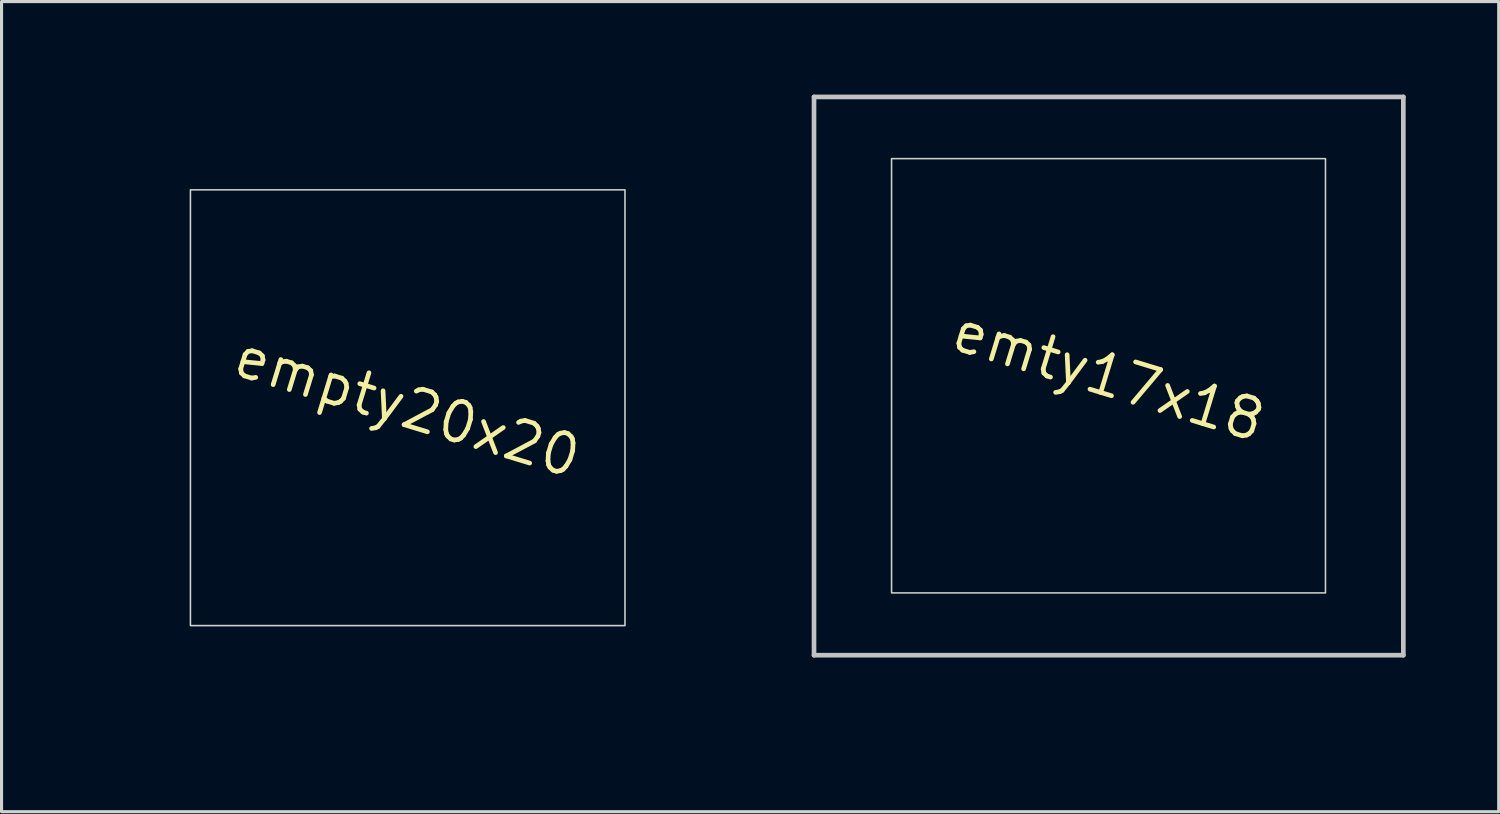
<source format=kicad_pcb>
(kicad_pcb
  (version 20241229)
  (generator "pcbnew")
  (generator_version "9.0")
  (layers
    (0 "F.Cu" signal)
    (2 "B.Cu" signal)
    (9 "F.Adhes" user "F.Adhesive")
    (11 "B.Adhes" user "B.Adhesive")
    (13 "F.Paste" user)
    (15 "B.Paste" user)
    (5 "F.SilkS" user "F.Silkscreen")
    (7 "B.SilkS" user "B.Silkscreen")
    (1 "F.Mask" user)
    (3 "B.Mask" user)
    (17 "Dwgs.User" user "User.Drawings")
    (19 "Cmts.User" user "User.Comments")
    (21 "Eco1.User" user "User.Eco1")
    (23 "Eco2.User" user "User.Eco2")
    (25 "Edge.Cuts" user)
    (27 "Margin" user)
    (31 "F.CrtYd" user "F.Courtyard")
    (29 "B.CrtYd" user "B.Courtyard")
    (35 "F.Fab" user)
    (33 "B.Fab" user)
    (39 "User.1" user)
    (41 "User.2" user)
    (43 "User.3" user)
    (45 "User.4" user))
  (footprint "emty17x18"
    (layer "F.Cu")
    (at 32.695 9.075)
    (property "Reference" "emty17x18" (at 0 0 163) (layer "F.SilkS") (effects (font (size 1.27 1.27) (thickness 0.15))))
    (attr through_hole)
    (fp_line (start -9.5 -9) (end 9.5 -9) (stroke (width 0.15) (type solid)) (layer "Dwgs.User"))
    (fp_line (start -9.5 9) (end -9.5 -9) (stroke (width 0.15) (type solid)) (layer "Dwgs.User"))
    (fp_line (start 9.5 -9) (end 9.5 9) (stroke (width 0.15) (type solid)) (layer "Dwgs.User"))
    (fp_line (start 9.5 9) (end -9.5 9) (stroke (width 0.15) (type solid)) (layer "Dwgs.User"))
    (fp_rect (start 6.99 6.99) (end -7 -7.01) (stroke (width 0.05) (type default)) (fill no) (layer "Edge.Cuts")))
  (footprint "empty20x20"
    (layer "F.Cu")
    (at 10.09 10.07)
    (property "Reference" "empty20x20" (at 0 0 163) (layer "F.SilkS") (effects (font (size 1.27 1.27) (thickness 0.15))))
    (attr through_hole)
    (fp_rect (start 7.01 -7) (end -7 7.05) (stroke (width 0.05) (type default)) (fill no) (layer "Edge.Cuts"))
    (fp_rect (start -10.04 10) (end 9.98 -10.02) (stroke (width 0.1) (type default)) (fill no) (layer "User.1")))
  (gr_rect
    (start -3 -3)
    (end 45.27 23.12)
    (stroke (width 0.1) (type default))
    (fill no)
    (layer "Edge.Cuts")))
</source>
